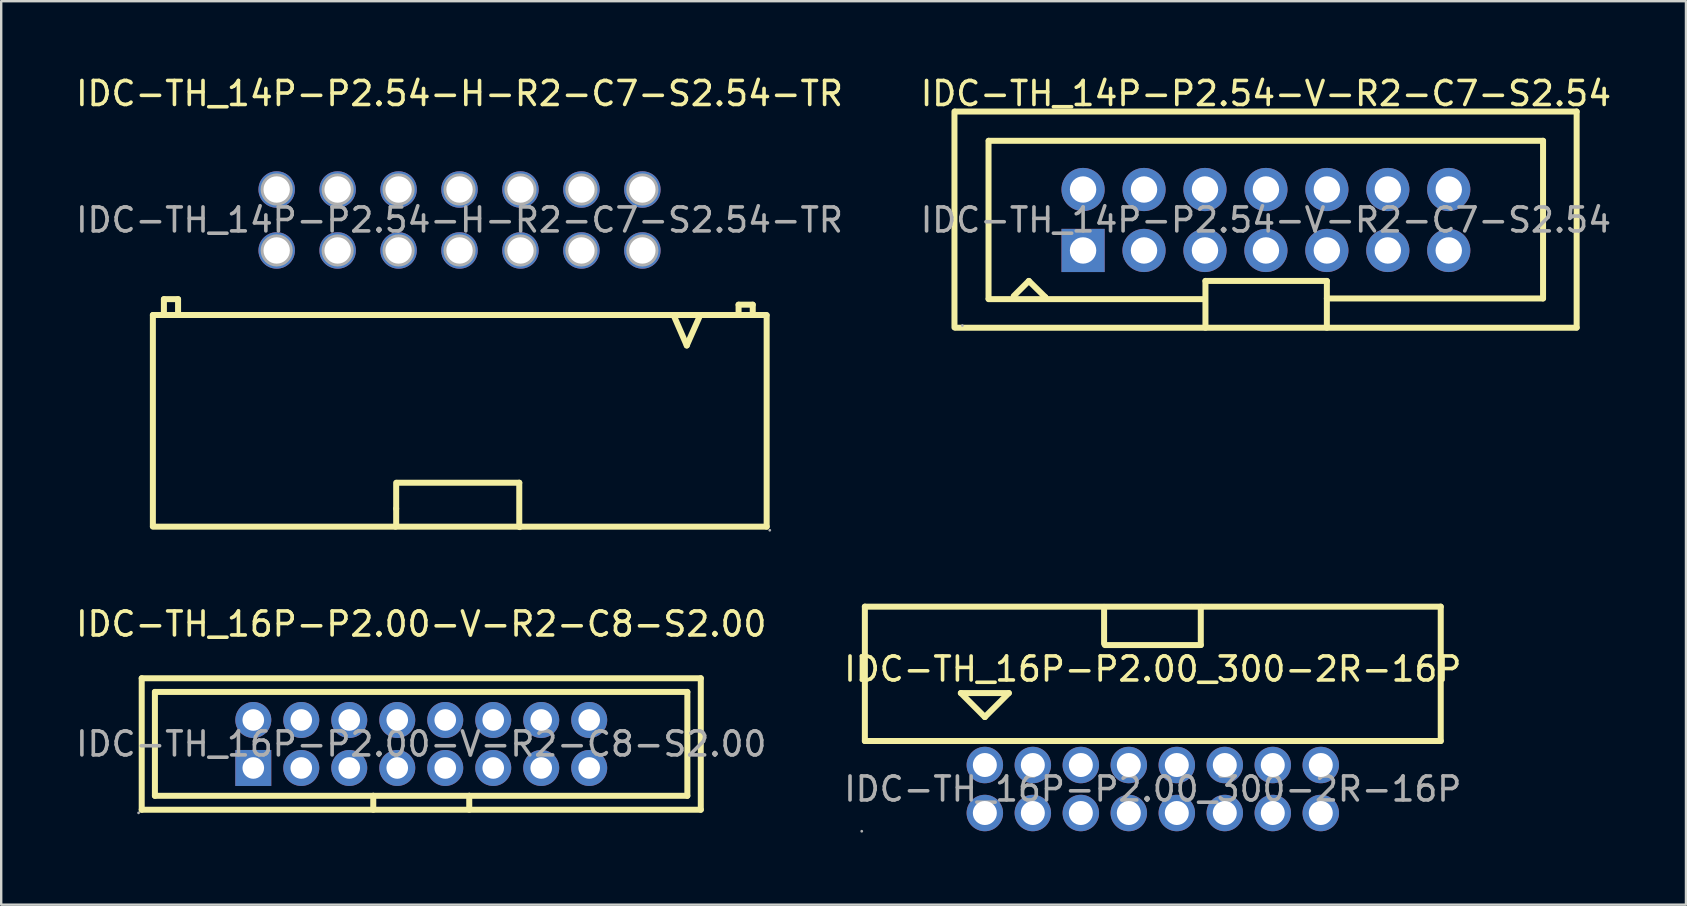
<source format=kicad_pcb>
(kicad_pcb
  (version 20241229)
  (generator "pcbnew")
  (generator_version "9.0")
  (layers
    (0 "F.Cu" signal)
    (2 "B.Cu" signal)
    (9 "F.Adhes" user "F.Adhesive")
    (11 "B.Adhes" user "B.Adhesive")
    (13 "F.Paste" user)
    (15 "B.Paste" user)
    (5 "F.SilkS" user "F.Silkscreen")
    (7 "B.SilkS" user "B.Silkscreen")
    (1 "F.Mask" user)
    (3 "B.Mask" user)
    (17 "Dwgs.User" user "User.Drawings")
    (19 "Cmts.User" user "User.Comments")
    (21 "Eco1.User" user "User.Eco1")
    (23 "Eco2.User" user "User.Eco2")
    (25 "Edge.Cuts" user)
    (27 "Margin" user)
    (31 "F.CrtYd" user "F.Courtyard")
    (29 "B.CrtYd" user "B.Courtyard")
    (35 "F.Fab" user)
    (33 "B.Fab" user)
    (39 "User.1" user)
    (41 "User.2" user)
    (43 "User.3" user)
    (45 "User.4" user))
  (footprint "IDC-TH_14P-P2.54-V-R2-C7-S2.54"
    (layer "F.Cu")
    (at 49.708 6.118)
    (property "Reference" "IDC-TH_14P-P2.54-V-R2-C7-S2.54" (at 0 -5.27 0) (layer "F.SilkS") (effects (font (size 1 1) (thickness 0.15))))
    (attr through_hole)
    (fp_line (start -12.98 4.48) (end -12.98 -4.52) (stroke (width 0.25) (type solid)) (layer "F.SilkS"))
    (fp_line (start -12.95 -4.52) (end 12.95 -4.52) (stroke (width 0.25) (type solid)) (layer "F.SilkS"))
    (fp_line (start -12.93 4.49) (end 12.95 4.49) (stroke (width 0.25) (type solid)) (layer "F.SilkS"))
    (fp_line (start -11.56 3.27) (end -11.56 -3.3) (stroke (width 0.25) (type solid)) (layer "F.SilkS"))
    (fp_line (start -11.56 3.3) (end -2.54 3.3) (stroke (width 0.25) (type solid)) (layer "F.SilkS"))
    (fp_line (start -11.55 -3.3) (end 11.55 -3.3) (stroke (width 0.25) (type solid)) (layer "F.SilkS"))
    (fp_line (start -10.51 3.17) (end -9.88 2.54) (stroke (width 0.25) (type solid)) (layer "F.SilkS"))
    (fp_line (start -9.88 2.54) (end -9.19 3.22) (stroke (width 0.25) (type solid)) (layer "F.SilkS"))
    (fp_line (start -9.19 3.22) (end -9.19 3.25) (stroke (width 0.25) (type solid)) (layer "F.SilkS"))
    (fp_line (start -2.54 3.3) (end -2.54 3.3) (stroke (width 0.25) (type solid)) (layer "F.SilkS"))
    (fp_line (start -2.52 2.54) (end 2.54 2.54) (stroke (width 0.25) (type solid)) (layer "F.SilkS"))
    (fp_line (start -2.52 4.49) (end -2.52 2.54) (stroke (width 0.25) (type solid)) (layer "F.SilkS"))
    (fp_line (start 2.54 2.54) (end 2.54 4.49) (stroke (width 0.25) (type solid)) (layer "F.SilkS"))
    (fp_line (start 11.55 -3.3) (end 11.55 3.27) (stroke (width 0.25) (type solid)) (layer "F.SilkS"))
    (fp_line (start 11.55 3.27) (end 2.54 3.27) (stroke (width 0.25) (type solid)) (layer "F.SilkS"))
    (fp_line (start 12.95 -4.52) (end 12.95 4.48) (stroke (width 0.25) (type solid)) (layer "F.SilkS"))
    (fp_circle (center -12.65 4.4) (end -12.62 4.4) (stroke (width 0.06) (type solid)) (fill no) (layer "F.Fab"))
    (fp_text user "${REFERENCE}" (at 0 0 0) (layer "F.Fab") (effects (font (size 1 1) (thickness 0.15))))
    (pad "1" thru_hole rect (at -7.62 1.27) (size 1.8 1.8) (drill 1.1) (layers "*.Cu" "*.Paste" "*.Mask"))
    (pad "2" thru_hole circle (at -7.62 -1.27) (size 1.8 1.8) (drill 1.1) (layers "*.Cu" "*.Paste" "*.Mask"))
    (pad "3" thru_hole circle (at -5.08 1.27) (size 1.8 1.8) (drill 1.1) (layers "*.Cu" "*.Paste" "*.Mask"))
    (pad "4" thru_hole circle (at -5.08 -1.27) (size 1.8 1.8) (drill 1.1) (layers "*.Cu" "*.Paste" "*.Mask"))
    (pad "5" thru_hole circle (at -2.54 1.27) (size 1.8 1.8) (drill 1.1) (layers "*.Cu" "*.Paste" "*.Mask"))
    (pad "6" thru_hole circle (at -2.54 -1.27) (size 1.8 1.8) (drill 1.1) (layers "*.Cu" "*.Paste" "*.Mask"))
    (pad "7" thru_hole circle (at 0 1.27) (size 1.8 1.8) (drill 1.1) (layers "*.Cu" "*.Paste" "*.Mask"))
    (pad "8" thru_hole circle (at 0 -1.27) (size 1.8 1.8) (drill 1.1) (layers "*.Cu" "*.Paste" "*.Mask"))
    (pad "9" thru_hole circle (at 2.54 1.27) (size 1.8 1.8) (drill 1.1) (layers "*.Cu" "*.Paste" "*.Mask"))
    (pad "10" thru_hole circle (at 2.54 -1.27) (size 1.8 1.8) (drill 1.1) (layers "*.Cu" "*.Paste" "*.Mask"))
    (pad "11" thru_hole circle (at 5.08 1.27) (size 1.8 1.8) (drill 1.1) (layers "*.Cu" "*.Paste" "*.Mask"))
    (pad "12" thru_hole circle (at 5.08 -1.27) (size 1.8 1.8) (drill 1.1) (layers "*.Cu" "*.Paste" "*.Mask"))
    (pad "13" thru_hole circle (at 7.62 1.27) (size 1.8 1.8) (drill 1.1) (layers "*.Cu" "*.Paste" "*.Mask"))
    (pad "14" thru_hole circle (at 7.62 -1.27) (size 1.8 1.8) (drill 1.1) (layers "*.Cu" "*.Paste" "*.Mask")))
  (footprint "IDC-TH_14P-P2.54-H-R2-C7-S2.54-TR"
    (layer "F.Cu")
    (at 16.101 6.118)
    (property "Reference" "IDC-TH_14P-P2.54-H-R2-C7-S2.54-TR" (at 0 -5.27 0) (layer "F.SilkS") (effects (font (size 1 1) (thickness 0.15))))
    (attr through_hole)
    (fp_line (start -12.78 3.96) (end -12.78 12.76) (stroke (width 0.25) (type solid)) (layer "F.SilkS"))
    (fp_line (start -12.78 3.96) (end 12.8 3.96) (stroke (width 0.25) (type solid)) (layer "F.SilkS"))
    (fp_line (start -12.78 12.78) (end 12.8 12.78) (stroke (width 0.25) (type solid)) (layer "F.SilkS"))
    (fp_line (start -12.32 3.3) (end -11.73 3.3) (stroke (width 0.25) (type solid)) (layer "F.SilkS"))
    (fp_line (start -12.32 3.96) (end -12.32 3.3) (stroke (width 0.25) (type solid)) (layer "F.SilkS"))
    (fp_line (start -11.73 3.3) (end -11.73 3.96) (stroke (width 0.25) (type solid)) (layer "F.SilkS"))
    (fp_line (start -2.64 10.95) (end -2.64 12.03) (stroke (width 0.25) (type solid)) (layer "F.SilkS"))
    (fp_line (start -2.64 12.03) (end -2.64 12.75) (stroke (width 0.25) (type solid)) (layer "F.SilkS"))
    (fp_line (start -2.64 12.75) (end -2.67 12.78) (stroke (width 0.25) (type solid)) (layer "F.SilkS"))
    (fp_line (start -2.59 10.95) (end 2.49 10.95) (stroke (width 0.25) (type solid)) (layer "F.SilkS"))
    (fp_line (start 2.49 10.95) (end 2.49 12.78) (stroke (width 0.25) (type solid)) (layer "F.SilkS"))
    (fp_line (start 2.49 12.78) (end 2.51 12.8) (stroke (width 0.25) (type solid)) (layer "F.SilkS"))
    (fp_line (start 9.47 5.23) (end 8.94 4.01) (stroke (width 0.25) (type solid)) (layer "F.SilkS"))
    (fp_line (start 10.01 4.01) (end 9.47 5.23) (stroke (width 0.25) (type solid)) (layer "F.SilkS"))
    (fp_line (start 11.63 3.53) (end 12.22 3.53) (stroke (width 0.25) (type solid)) (layer "F.SilkS"))
    (fp_line (start 11.63 3.96) (end 11.63 3.53) (stroke (width 0.25) (type solid)) (layer "F.SilkS"))
    (fp_line (start 12.22 3.53) (end 12.22 3.94) (stroke (width 0.25) (type solid)) (layer "F.SilkS"))
    (fp_line (start 12.8 3.98) (end 12.8 12.78) (stroke (width 0.25) (type solid)) (layer "F.SilkS"))
    (fp_circle (center -7.62 -1.27) (end -7.4 -1.27) (stroke (width 0.45) (type solid)) (fill no) (layer "F.Fab"))
    (fp_circle (center -7.62 1.27) (end -7.4 1.27) (stroke (width 0.45) (type solid)) (fill no) (layer "F.Fab"))
    (fp_circle (center -5.08 -1.27) (end -4.86 -1.27) (stroke (width 0.45) (type solid)) (fill no) (layer "F.Fab"))
    (fp_circle (center -5.08 1.27) (end -4.86 1.27) (stroke (width 0.45) (type solid)) (fill no) (layer "F.Fab"))
    (fp_circle (center -2.54 -1.27) (end -2.32 -1.27) (stroke (width 0.45) (type solid)) (fill no) (layer "F.Fab"))
    (fp_circle (center -2.54 1.27) (end -2.32 1.27) (stroke (width 0.45) (type solid)) (fill no) (layer "F.Fab"))
    (fp_circle (center 0 -1.27) (end 0.22 -1.27) (stroke (width 0.45) (type solid)) (fill no) (layer "F.Fab"))
    (fp_circle (center 0 1.27) (end 0.22 1.27) (stroke (width 0.45) (type solid)) (fill no) (layer "F.Fab"))
    (fp_circle (center 2.54 -1.27) (end 2.76 -1.27) (stroke (width 0.45) (type solid)) (fill no) (layer "F.Fab"))
    (fp_circle (center 2.54 1.27) (end 2.76 1.27) (stroke (width 0.45) (type solid)) (fill no) (layer "F.Fab"))
    (fp_circle (center 5.08 -1.27) (end 5.3 -1.27) (stroke (width 0.45) (type solid)) (fill no) (layer "F.Fab"))
    (fp_circle (center 5.08 1.27) (end 5.3 1.27) (stroke (width 0.45) (type solid)) (fill no) (layer "F.Fab"))
    (fp_circle (center 7.62 -1.27) (end 7.84 -1.27) (stroke (width 0.45) (type solid)) (fill no) (layer "F.Fab"))
    (fp_circle (center 7.62 1.27) (end 7.84 1.27) (stroke (width 0.45) (type solid)) (fill no) (layer "F.Fab"))
    (fp_circle (center 12.93 12.93) (end 12.96 12.93) (stroke (width 0.06) (type solid)) (fill no) (layer "F.Fab"))
    (fp_text user "${REFERENCE}" (at 0 0 0) (layer "F.Fab") (effects (font (size 1 1) (thickness 0.15))))
    (pad "1" thru_hole circle (at 7.62 1.27) (size 1.52 1.52) (drill 1.1) (layers "*.Cu" "*.Paste" "*.Mask"))
    (pad "2" thru_hole circle (at 7.62 -1.27) (size 1.52 1.52) (drill 1.1) (layers "*.Cu" "*.Paste" "*.Mask"))
    (pad "3" thru_hole circle (at 5.08 1.27) (size 1.52 1.52) (drill 1.1) (layers "*.Cu" "*.Paste" "*.Mask"))
    (pad "4" thru_hole circle (at 5.08 -1.27) (size 1.52 1.52) (drill 1.1) (layers "*.Cu" "*.Paste" "*.Mask"))
    (pad "5" thru_hole circle (at 2.54 1.27) (size 1.52 1.52) (drill 1.1) (layers "*.Cu" "*.Paste" "*.Mask"))
    (pad "6" thru_hole circle (at 2.54 -1.27) (size 1.52 1.52) (drill 1.1) (layers "*.Cu" "*.Paste" "*.Mask"))
    (pad "7" thru_hole circle (at 0 1.27) (size 1.52 1.52) (drill 1.1) (layers "*.Cu" "*.Paste" "*.Mask"))
    (pad "8" thru_hole circle (at 0 -1.27) (size 1.52 1.52) (drill 1.1) (layers "*.Cu" "*.Paste" "*.Mask"))
    (pad "9" thru_hole circle (at -2.54 1.27) (size 1.52 1.52) (drill 1.1) (layers "*.Cu" "*.Paste" "*.Mask"))
    (pad "10" thru_hole circle (at -2.54 -1.27) (size 1.52 1.52) (drill 1.1) (layers "*.Cu" "*.Paste" "*.Mask"))
    (pad "11" thru_hole circle (at -5.08 1.27) (size 1.52 1.52) (drill 1.1) (layers "*.Cu" "*.Paste" "*.Mask"))
    (pad "12" thru_hole circle (at -5.08 -1.27) (size 1.52 1.52) (drill 1.1) (layers "*.Cu" "*.Paste" "*.Mask"))
    (pad "13" thru_hole circle (at -7.62 1.27) (size 1.52 1.52) (drill 1.1) (layers "*.Cu" "*.Paste" "*.Mask"))
    (pad "14" thru_hole circle (at -7.62 -1.27) (size 1.52 1.52) (drill 1.1) (layers "*.Cu" "*.Paste" "*.Mask")))
  (footprint "IDC-TH_16P-P2.00-V-R2-C8-S2.00"
    (layer "F.Cu")
    (at 14.506 27.956)
    (property "Reference" "IDC-TH_16P-P2.00-V-R2-C8-S2.00" (at 0 -5 0) (layer "F.SilkS") (effects (font (size 1 1) (thickness 0.15))))
    (attr through_hole)
    (fp_line (start -11.65 -2.74) (end 11.65 -2.74) (stroke (width 0.25) (type solid)) (layer "F.SilkS"))
    (fp_line (start -11.65 2.74) (end -11.65 -2.74) (stroke (width 0.25) (type solid)) (layer "F.SilkS"))
    (fp_line (start -11.65 2.74) (end 11.65 2.74) (stroke (width 0.25) (type solid)) (layer "F.SilkS"))
    (fp_line (start -11.1 -2.17) (end -11.1 2.16) (stroke (width 0.25) (type solid)) (layer "F.SilkS"))
    (fp_line (start -11.1 -2.17) (end 11.09 -2.17) (stroke (width 0.25) (type solid)) (layer "F.SilkS"))
    (fp_line (start -2 2.16) (end -11.1 2.16) (stroke (width 0.25) (type solid)) (layer "F.SilkS"))
    (fp_line (start -2 2.16) (end -2 2.74) (stroke (width 0.25) (type solid)) (layer "F.SilkS"))
    (fp_line (start -2 2.16) (end 2 2.16) (stroke (width 0.25) (type solid)) (layer "F.SilkS"))
    (fp_line (start 2 2.16) (end 2 2.74) (stroke (width 0.25) (type solid)) (layer "F.SilkS"))
    (fp_line (start 11.09 -2.17) (end 11.09 2.16) (stroke (width 0.25) (type solid)) (layer "F.SilkS"))
    (fp_line (start 11.09 2.16) (end 2 2.16) (stroke (width 0.25) (type solid)) (layer "F.SilkS"))
    (fp_line (start 11.65 2.74) (end 11.65 -2.74) (stroke (width 0.25) (type solid)) (layer "F.SilkS"))
    (fp_circle (center -11.78 2.87) (end -11.75 2.87) (stroke (width 0.06) (type solid)) (fill no) (layer "F.Fab"))
    (fp_circle (center -7 -1) (end -6.82 -1) (stroke (width 0.35) (type solid)) (fill no) (layer "F.Fab"))
    (fp_circle (center -7 1) (end -6.82 1) (stroke (width 0.35) (type solid)) (fill no) (layer "F.Fab"))
    (fp_circle (center -5 -1) (end -4.82 -1) (stroke (width 0.35) (type solid)) (fill no) (layer "F.Fab"))
    (fp_circle (center -5 1) (end -4.82 1) (stroke (width 0.35) (type solid)) (fill no) (layer "F.Fab"))
    (fp_circle (center -3 -1) (end -2.82 -1) (stroke (width 0.35) (type solid)) (fill no) (layer "F.Fab"))
    (fp_circle (center -3 1) (end -2.82 1) (stroke (width 0.35) (type solid)) (fill no) (layer "F.Fab"))
    (fp_circle (center -1 -1) (end -0.82 -1) (stroke (width 0.35) (type solid)) (fill no) (layer "F.Fab"))
    (fp_circle (center -1 1) (end -0.82 1) (stroke (width 0.35) (type solid)) (fill no) (layer "F.Fab"))
    (fp_circle (center 1 -1) (end 1.18 -1) (stroke (width 0.35) (type solid)) (fill no) (layer "F.Fab"))
    (fp_circle (center 1 1) (end 1.18 1) (stroke (width 0.35) (type solid)) (fill no) (layer "F.Fab"))
    (fp_circle (center 3 -1) (end 3.18 -1) (stroke (width 0.35) (type solid)) (fill no) (layer "F.Fab"))
    (fp_circle (center 3 1) (end 3.18 1) (stroke (width 0.35) (type solid)) (fill no) (layer "F.Fab"))
    (fp_circle (center 5 -1) (end 5.18 -1) (stroke (width 0.35) (type solid)) (fill no) (layer "F.Fab"))
    (fp_circle (center 5 1) (end 5.18 1) (stroke (width 0.35) (type solid)) (fill no) (layer "F.Fab"))
    (fp_circle (center 7 -1) (end 7.18 -1) (stroke (width 0.35) (type solid)) (fill no) (layer "F.Fab"))
    (fp_circle (center 7 1) (end 7.18 1) (stroke (width 0.35) (type solid)) (fill no) (layer "F.Fab"))
    (fp_text user "${REFERENCE}" (at 0 0 0) (layer "F.Fab") (effects (font (size 1 1) (thickness 0.15))))
    (pad "1" thru_hole rect (at -7 1) (size 1.5 1.5) (drill 0.9) (layers "*.Cu" "*.Paste" "*.Mask"))
    (pad "2" thru_hole circle (at -7 -1) (size 1.5 1.5) (drill 0.9) (layers "*.Cu" "*.Paste" "*.Mask"))
    (pad "3" thru_hole circle (at -5 1) (size 1.5 1.5) (drill 0.9) (layers "*.Cu" "*.Paste" "*.Mask"))
    (pad "4" thru_hole circle (at -5 -1) (size 1.5 1.5) (drill 0.9) (layers "*.Cu" "*.Paste" "*.Mask"))
    (pad "5" thru_hole circle (at -3 1) (size 1.5 1.5) (drill 0.9) (layers "*.Cu" "*.Paste" "*.Mask"))
    (pad "6" thru_hole circle (at -3 -1) (size 1.5 1.5) (drill 0.9) (layers "*.Cu" "*.Paste" "*.Mask"))
    (pad "7" thru_hole circle (at -1 1) (size 1.5 1.5) (drill 0.9) (layers "*.Cu" "*.Paste" "*.Mask"))
    (pad "8" thru_hole circle (at -1 -1) (size 1.5 1.5) (drill 0.9) (layers "*.Cu" "*.Paste" "*.Mask"))
    (pad "9" thru_hole circle (at 1 1) (size 1.5 1.5) (drill 0.9) (layers "*.Cu" "*.Paste" "*.Mask"))
    (pad "10" thru_hole circle (at 1 -1) (size 1.5 1.5) (drill 0.9) (layers "*.Cu" "*.Paste" "*.Mask"))
    (pad "11" thru_hole circle (at 3 1) (size 1.5 1.5) (drill 0.9) (layers "*.Cu" "*.Paste" "*.Mask"))
    (pad "12" thru_hole circle (at 3 -1) (size 1.5 1.5) (drill 0.9) (layers "*.Cu" "*.Paste" "*.Mask"))
    (pad "13" thru_hole circle (at 5 1) (size 1.5 1.5) (drill 0.9) (layers "*.Cu" "*.Paste" "*.Mask"))
    (pad "14" thru_hole circle (at 5 -1) (size 1.5 1.5) (drill 0.9) (layers "*.Cu" "*.Paste" "*.Mask"))
    (pad "15" thru_hole circle (at 7 1) (size 1.5 1.5) (drill 0.9) (layers "*.Cu" "*.Paste" "*.Mask"))
    (pad "16" thru_hole circle (at 7 -1) (size 1.5 1.5) (drill 0.9) (layers "*.Cu" "*.Paste" "*.Mask")))
  (footprint "IDC-TH_16P-P2.00_300-2R-16P"
    (layer "F.Cu")
    (at 44.994 29.833)
    (property "Reference" "IDC-TH_16P-P2.00_300-2R-16P" (at 0 -5 0) (layer "F.SilkS") (effects (font (size 1 1) (thickness 0.15))))
    (attr through_hole)
    (fp_line (start -12 -7.6) (end -12 -2) (stroke (width 0.25) (type solid)) (layer "F.SilkS"))
    (fp_line (start -12 -7.6) (end 12 -7.6) (stroke (width 0.25) (type solid)) (layer "F.SilkS"))
    (fp_line (start -12 -2) (end 12 -2) (stroke (width 0.25) (type solid)) (layer "F.SilkS"))
    (fp_line (start -8 -4) (end -6 -4) (stroke (width 0.25) (type solid)) (layer "F.SilkS"))
    (fp_line (start -7 -3) (end -8 -4) (stroke (width 0.25) (type solid)) (layer "F.SilkS"))
    (fp_line (start -6 -4) (end -7 -3) (stroke (width 0.25) (type solid)) (layer "F.SilkS"))
    (fp_line (start -2.03 -6.06) (end -2.03 -7.59) (stroke (width 0.25) (type solid)) (layer "F.SilkS"))
    (fp_line (start -2 -6) (end 2 -6) (stroke (width 0.25) (type solid)) (layer "F.SilkS"))
    (fp_line (start 2 -7.56) (end 2.03 -7.59) (stroke (width 0.25) (type solid)) (layer "F.SilkS"))
    (fp_line (start 2 -6) (end 2 -7.56) (stroke (width 0.25) (type solid)) (layer "F.SilkS"))
    (fp_line (start 12 -7.6) (end 12 -2) (stroke (width 0.25) (type solid)) (layer "F.SilkS"))
    (fp_circle (center -12.13 1.76) (end -12.1 1.76) (stroke (width 0.06) (type solid)) (fill no) (layer "F.Fab"))
    (fp_circle (center -7 -1) (end -6.8 -1) (stroke (width 0.4) (type solid)) (fill no) (layer "F.Fab"))
    (fp_circle (center -7 1) (end -6.8 1) (stroke (width 0.4) (type solid)) (fill no) (layer "F.Fab"))
    (fp_circle (center -5 -1) (end -4.8 -1) (stroke (width 0.4) (type solid)) (fill no) (layer "F.Fab"))
    (fp_circle (center -5 1) (end -4.8 1) (stroke (width 0.4) (type solid)) (fill no) (layer "F.Fab"))
    (fp_circle (center -3 -1) (end -2.8 -1) (stroke (width 0.4) (type solid)) (fill no) (layer "F.Fab"))
    (fp_circle (center -3 1) (end -2.8 1) (stroke (width 0.4) (type solid)) (fill no) (layer "F.Fab"))
    (fp_circle (center -1 -1) (end -0.8 -1) (stroke (width 0.4) (type solid)) (fill no) (layer "F.Fab"))
    (fp_circle (center -1 1) (end -0.8 1) (stroke (width 0.4) (type solid)) (fill no) (layer "F.Fab"))
    (fp_circle (center 1 -1) (end 1.2 -1) (stroke (width 0.4) (type solid)) (fill no) (layer "F.Fab"))
    (fp_circle (center 1 1) (end 1.2 1) (stroke (width 0.4) (type solid)) (fill no) (layer "F.Fab"))
    (fp_circle (center 3 -1) (end 3.2 -1) (stroke (width 0.4) (type solid)) (fill no) (layer "F.Fab"))
    (fp_circle (center 3 1) (end 3.2 1) (stroke (width 0.4) (type solid)) (fill no) (layer "F.Fab"))
    (fp_circle (center 5 -1) (end 5.2 -1) (stroke (width 0.4) (type solid)) (fill no) (layer "F.Fab"))
    (fp_circle (center 5 1) (end 5.2 1) (stroke (width 0.4) (type solid)) (fill no) (layer "F.Fab"))
    (fp_circle (center 7 -1) (end 7.2 -1) (stroke (width 0.4) (type solid)) (fill no) (layer "F.Fab"))
    (fp_circle (center 7 1) (end 7.2 1) (stroke (width 0.4) (type solid)) (fill no) (layer "F.Fab"))
    (fp_text user "${REFERENCE}" (at 0 0 0) (layer "F.Fab") (effects (font (size 1 1) (thickness 0.15))))
    (pad "1" thru_hole circle (at -7 1) (size 1.52 1.52) (drill 1) (layers "*.Cu" "*.Paste" "*.Mask"))
    (pad "2" thru_hole circle (at -7 -1) (size 1.52 1.52) (drill 1) (layers "*.Cu" "*.Paste" "*.Mask"))
    (pad "3" thru_hole circle (at -5 1) (size 1.52 1.52) (drill 1) (layers "*.Cu" "*.Paste" "*.Mask"))
    (pad "4" thru_hole circle (at -5 -1) (size 1.52 1.52) (drill 1) (layers "*.Cu" "*.Paste" "*.Mask"))
    (pad "5" thru_hole circle (at -3 1) (size 1.52 1.52) (drill 1) (layers "*.Cu" "*.Paste" "*.Mask"))
    (pad "6" thru_hole circle (at -3 -1) (size 1.52 1.52) (drill 1) (layers "*.Cu" "*.Paste" "*.Mask"))
    (pad "7" thru_hole circle (at -1 1) (size 1.52 1.52) (drill 1) (layers "*.Cu" "*.Paste" "*.Mask"))
    (pad "8" thru_hole circle (at -1 -1) (size 1.52 1.52) (drill 1) (layers "*.Cu" "*.Paste" "*.Mask"))
    (pad "9" thru_hole circle (at 1 1) (size 1.52 1.52) (drill 1) (layers "*.Cu" "*.Paste" "*.Mask"))
    (pad "10" thru_hole circle (at 1 -1) (size 1.52 1.52) (drill 1) (layers "*.Cu" "*.Paste" "*.Mask"))
    (pad "11" thru_hole circle (at 3 1) (size 1.52 1.52) (drill 1) (layers "*.Cu" "*.Paste" "*.Mask"))
    (pad "12" thru_hole circle (at 3 -1) (size 1.52 1.52) (drill 1) (layers "*.Cu" "*.Paste" "*.Mask"))
    (pad "13" thru_hole circle (at 5 1) (size 1.52 1.52) (drill 1) (layers "*.Cu" "*.Paste" "*.Mask"))
    (pad "14" thru_hole circle (at 5 -1) (size 1.52 1.52) (drill 1) (layers "*.Cu" "*.Paste" "*.Mask"))
    (pad "15" thru_hole circle (at 7 1) (size 1.52 1.52) (drill 1) (layers "*.Cu" "*.Paste" "*.Mask"))
    (pad "16" thru_hole circle (at 7 -1) (size 1.52 1.52) (drill 1) (layers "*.Cu" "*.Paste" "*.Mask")))
  (gr_rect
    (start -3 -3)
    (end 67.214 34.653)
    (stroke (width 0.1) (type default))
    (fill no)
    (layer "Edge.Cuts")))
</source>
